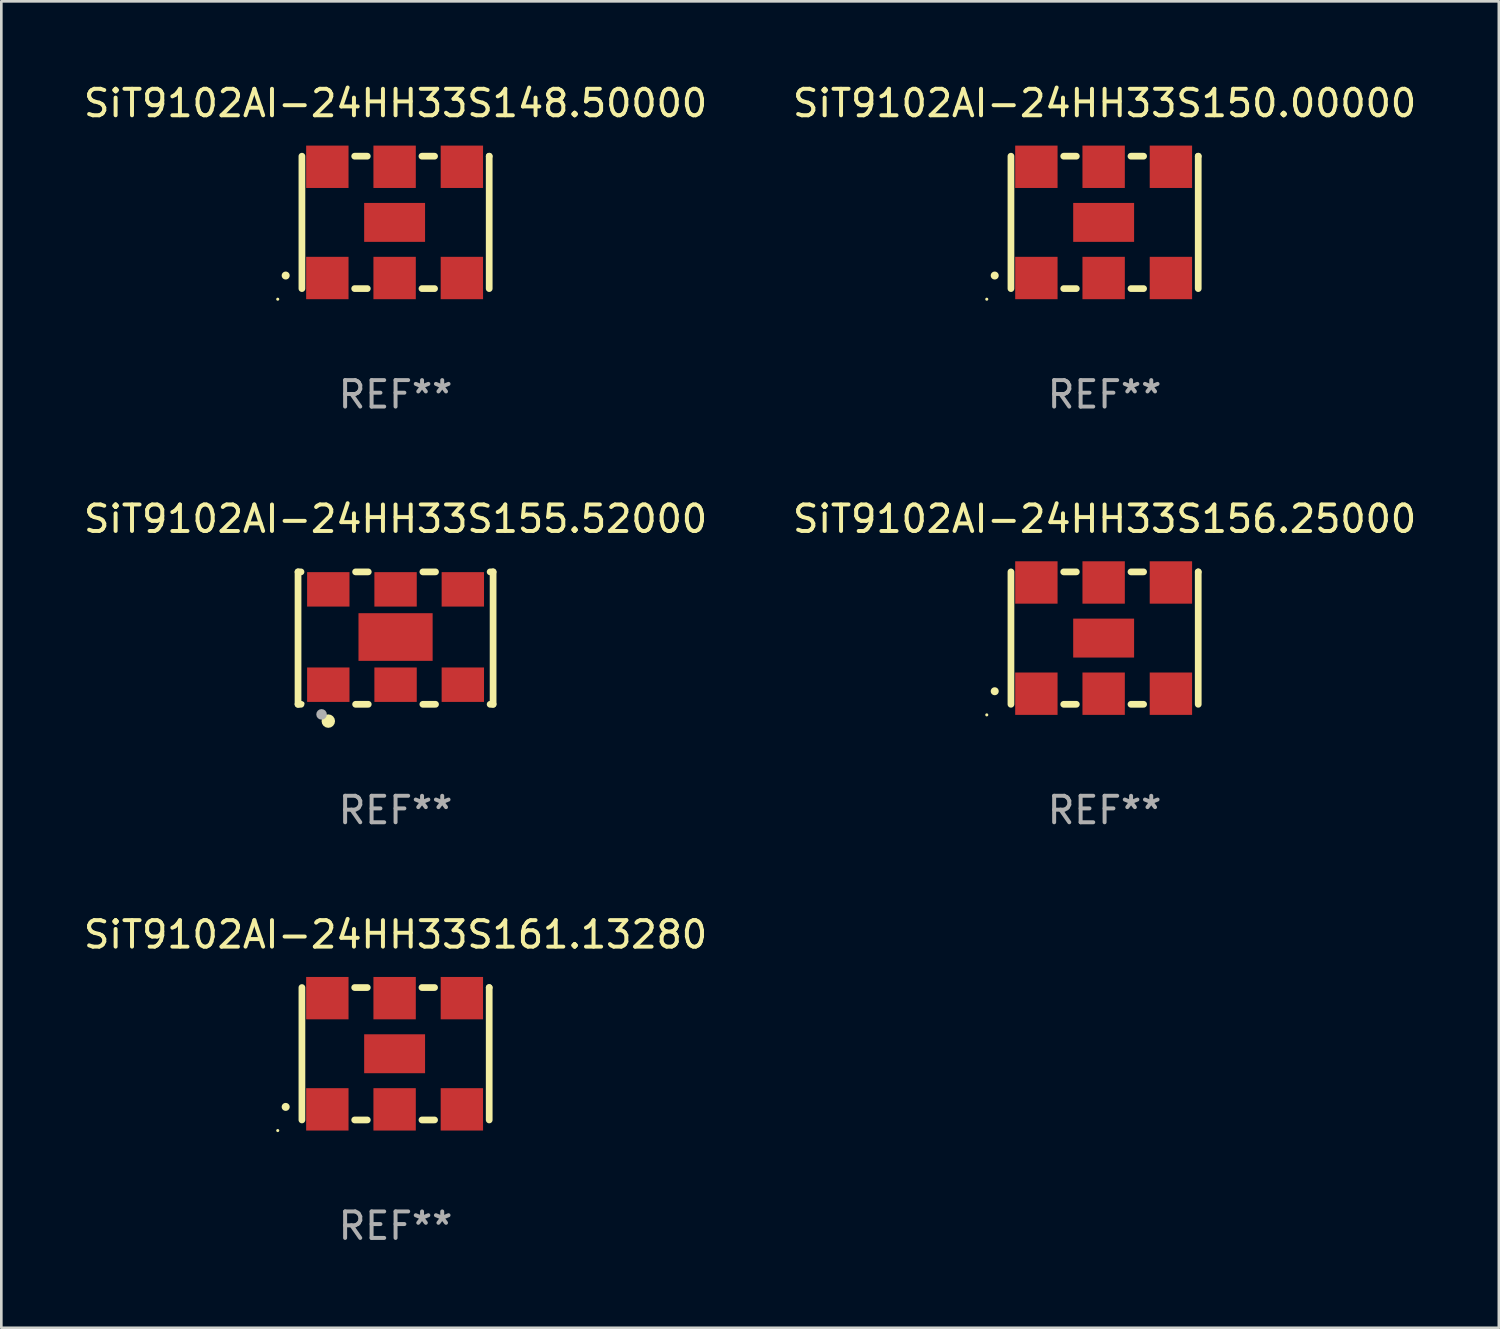
<source format=kicad_pcb>
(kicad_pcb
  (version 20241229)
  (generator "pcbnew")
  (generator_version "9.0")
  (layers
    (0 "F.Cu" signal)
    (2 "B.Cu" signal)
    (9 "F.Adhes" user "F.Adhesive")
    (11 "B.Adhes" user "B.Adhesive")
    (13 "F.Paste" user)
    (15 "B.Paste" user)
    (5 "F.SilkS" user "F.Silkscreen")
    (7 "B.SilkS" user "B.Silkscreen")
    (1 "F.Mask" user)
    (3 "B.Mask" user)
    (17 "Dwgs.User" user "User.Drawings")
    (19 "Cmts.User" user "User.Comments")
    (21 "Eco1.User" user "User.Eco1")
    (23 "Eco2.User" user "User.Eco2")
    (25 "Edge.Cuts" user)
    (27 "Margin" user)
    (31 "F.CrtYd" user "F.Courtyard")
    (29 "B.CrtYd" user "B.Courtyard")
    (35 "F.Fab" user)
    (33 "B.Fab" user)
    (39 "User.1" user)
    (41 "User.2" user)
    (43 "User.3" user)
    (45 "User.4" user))
  (footprint "SiT9102AI-24HH33S155.52000"
    (layer "F.Cu")
    (at 11.887 21.045)
    (property "Reference" "SiT9102AI-24HH33S155.52000" (at 0 -4.5 0) (layer "F.SilkS") (effects (font (size 1 1) (thickness 0.15))))
    (attr through_hole)
    (fp_line (start -3.683 -2.5) (end -3.571 -2.5) (stroke (width 0.254) (type solid)) (layer "F.SilkS"))
    (fp_line (start -3.683 2.5) (end -3.683 -2.5) (stroke (width 0.254) (type solid)) (layer "F.SilkS"))
    (fp_line (start -3.683 2.5) (end -3.571 2.5) (stroke (width 0.254) (type solid)) (layer "F.SilkS"))
    (fp_line (start -1.509 -2.5) (end -1.031 -2.5) (stroke (width 0.254) (type solid)) (layer "F.SilkS"))
    (fp_line (start -1.509 2.5) (end -1.031 2.5) (stroke (width 0.254) (type solid)) (layer "F.SilkS"))
    (fp_line (start 1.031 -2.5) (end 1.509 -2.5) (stroke (width 0.254) (type solid)) (layer "F.SilkS"))
    (fp_line (start 1.031 2.5) (end 1.509 2.5) (stroke (width 0.254) (type solid)) (layer "F.SilkS"))
    (fp_line (start 3.571 -2.5) (end 3.683 -2.5) (stroke (width 0.254) (type solid)) (layer "F.SilkS"))
    (fp_line (start 3.571 2.5) (end 3.683 2.5) (stroke (width 0.254) (type solid)) (layer "F.SilkS"))
    (fp_line (start 3.683 2.5) (end 3.683 -2.5) (stroke (width 0.254) (type solid)) (layer "F.SilkS"))
    (fp_circle (center -3.5 2.46) (end -3.47 2.46) (stroke (width 0.06) (type solid)) (fill no) (layer "F.SilkS"))
    (fp_circle (center -2.54 3.135) (end -2.413 3.135) (stroke (width 0.254) (type solid)) (fill no) (layer "F.SilkS"))
    (fp_circle (center -2.794 2.881) (end -2.694 2.881) (stroke (width 0.2) (type solid)) (fill no) (layer "F.Fab"))
    (fp_text user "REF**" (at 0 6.5 0) (layer "F.Fab") (effects (font (size 1 1) (thickness 0.15))))
    (pad "1" smd rect (at -2.54 1.76) (size 1.6 1.3) (layers "F.Cu" "F.Mask" "F.Paste"))
    (pad "2" smd rect (at 0 1.76) (size 1.6 1.3) (layers "F.Cu" "F.Mask" "F.Paste"))
    (pad "3" smd rect (at 2.54 1.76) (size 1.6 1.3) (layers "F.Cu" "F.Mask" "F.Paste"))
    (pad "4" smd rect (at 2.54 -1.84) (size 1.6 1.3) (layers "F.Cu" "F.Mask" "F.Paste"))
    (pad "5" smd rect (at 0 -1.84) (size 1.6 1.3) (layers "F.Cu" "F.Mask" "F.Paste"))
    (pad "6" smd rect (at -2.54 -1.84) (size 1.6 1.3) (layers "F.Cu" "F.Mask" "F.Paste"))
    (pad "7" smd rect (at 0 -0.04) (size 2.8 1.8) (layers "F.Cu" "F.Mask" "F.Paste")))
  (footprint "SiT9102AI-24HH33S148.50000"
    (layer "F.Cu")
    (at 11.887 5.348)
    (property "Reference" "SiT9102AI-24HH33S148.50000" (at 0 -4.5 0) (layer "F.SilkS") (effects (font (size 1 1) (thickness 0.15))))
    (attr through_hole)
    (fp_line (start -3.536 -2.5) (end -3.536 2.5) (stroke (width 0.254) (type solid)) (layer "F.SilkS"))
    (fp_line (start -1.544 2.5) (end -1.067 2.5) (stroke (width 0.254) (type solid)) (layer "F.SilkS"))
    (fp_line (start -1.067 -2.5) (end -1.544 -2.5) (stroke (width 0.254) (type solid)) (layer "F.SilkS"))
    (fp_line (start 0.996 2.5) (end 1.473 2.5) (stroke (width 0.254) (type solid)) (layer "F.SilkS"))
    (fp_line (start 1.473 -2.5) (end 0.996 -2.5) (stroke (width 0.254) (type solid)) (layer "F.SilkS"))
    (fp_line (start 3.536 -2.5) (end 3.536 -2.5) (stroke (width 0.254) (type solid)) (layer "F.SilkS"))
    (fp_line (start 3.536 2.5) (end 3.536 -2.5) (stroke (width 0.254) (type solid)) (layer "F.SilkS"))
    (fp_arc (start -4.150432 2.006604) (mid -4.149162 2.006599) (end -4.147892 2.006604) (stroke (width 0.3) (type solid)) (layer "F.SilkS"))
    (fp_circle (center -4.449 2.9) (end -4.419 2.9) (stroke (width 0.06) (type solid)) (fill no) (layer "F.SilkS"))
    (fp_text user "REF**" (at 0 6.5 0) (layer "F.Fab") (effects (font (size 1 1) (thickness 0.15))))
    (pad "1" smd rect (at -2.576 2.1) (size 1.6 1.6) (layers "F.Cu" "F.Mask" "F.Paste"))
    (pad "2" smd rect (at -0.036 2.1) (size 1.6 1.6) (layers "F.Cu" "F.Mask" "F.Paste"))
    (pad "3" smd rect (at 2.504 2.1) (size 1.6 1.6) (layers "F.Cu" "F.Mask" "F.Paste"))
    (pad "4" smd rect (at 2.504 -2.1) (size 1.6 1.6) (layers "F.Cu" "F.Mask" "F.Paste"))
    (pad "5" smd rect (at -0.036 -2.1) (size 1.6 1.6) (layers "F.Cu" "F.Mask" "F.Paste"))
    (pad "6" smd rect (at -2.576 -2.1) (size 1.6 1.6) (layers "F.Cu" "F.Mask" "F.Paste"))
    (pad "7" smd rect (at -0.036 0) (size 2.3 1.47) (layers "F.Cu" "F.Mask" "F.Paste")))
  (footprint "SiT9102AI-24HH33S161.13280"
    (layer "F.Cu")
    (at 11.887 36.741)
    (property "Reference" "SiT9102AI-24HH33S161.13280" (at 0 -4.5 0) (layer "F.SilkS") (effects (font (size 1 1) (thickness 0.15))))
    (attr through_hole)
    (fp_line (start -3.536 -2.5) (end -3.536 2.5) (stroke (width 0.254) (type solid)) (layer "F.SilkS"))
    (fp_line (start -1.544 2.5) (end -1.067 2.5) (stroke (width 0.254) (type solid)) (layer "F.SilkS"))
    (fp_line (start -1.067 -2.5) (end -1.544 -2.5) (stroke (width 0.254) (type solid)) (layer "F.SilkS"))
    (fp_line (start 0.996 2.5) (end 1.473 2.5) (stroke (width 0.254) (type solid)) (layer "F.SilkS"))
    (fp_line (start 1.473 -2.5) (end 0.996 -2.5) (stroke (width 0.254) (type solid)) (layer "F.SilkS"))
    (fp_line (start 3.536 -2.5) (end 3.536 -2.5) (stroke (width 0.254) (type solid)) (layer "F.SilkS"))
    (fp_line (start 3.536 2.5) (end 3.536 -2.5) (stroke (width 0.254) (type solid)) (layer "F.SilkS"))
    (fp_arc (start -4.150432 2.006604) (mid -4.149162 2.006599) (end -4.147892 2.006604) (stroke (width 0.3) (type solid)) (layer "F.SilkS"))
    (fp_circle (center -4.449 2.9) (end -4.419 2.9) (stroke (width 0.06) (type solid)) (fill no) (layer "F.SilkS"))
    (fp_text user "REF**" (at 0 6.5 0) (layer "F.Fab") (effects (font (size 1 1) (thickness 0.15))))
    (pad "1" smd rect (at -2.576 2.1) (size 1.6 1.6) (layers "F.Cu" "F.Mask" "F.Paste"))
    (pad "2" smd rect (at -0.036 2.1) (size 1.6 1.6) (layers "F.Cu" "F.Mask" "F.Paste"))
    (pad "3" smd rect (at 2.504 2.1) (size 1.6 1.6) (layers "F.Cu" "F.Mask" "F.Paste"))
    (pad "4" smd rect (at 2.504 -2.1) (size 1.6 1.6) (layers "F.Cu" "F.Mask" "F.Paste"))
    (pad "5" smd rect (at -0.036 -2.1) (size 1.6 1.6) (layers "F.Cu" "F.Mask" "F.Paste"))
    (pad "6" smd rect (at -2.576 -2.1) (size 1.6 1.6) (layers "F.Cu" "F.Mask" "F.Paste"))
    (pad "7" smd rect (at -0.036 0) (size 2.3 1.47) (layers "F.Cu" "F.Mask" "F.Paste")))
  (footprint "SiT9102AI-24HH33S156.25000"
    (layer "F.Cu")
    (at 38.661 21.045)
    (property "Reference" "SiT9102AI-24HH33S156.25000" (at 0 -4.5 0) (layer "F.SilkS") (effects (font (size 1 1) (thickness 0.15))))
    (attr through_hole)
    (fp_line (start -3.536 -2.5) (end -3.536 2.5) (stroke (width 0.254) (type solid)) (layer "F.SilkS"))
    (fp_line (start -1.544 2.5) (end -1.067 2.5) (stroke (width 0.254) (type solid)) (layer "F.SilkS"))
    (fp_line (start -1.067 -2.5) (end -1.544 -2.5) (stroke (width 0.254) (type solid)) (layer "F.SilkS"))
    (fp_line (start 0.996 2.5) (end 1.473 2.5) (stroke (width 0.254) (type solid)) (layer "F.SilkS"))
    (fp_line (start 1.473 -2.5) (end 0.996 -2.5) (stroke (width 0.254) (type solid)) (layer "F.SilkS"))
    (fp_line (start 3.536 -2.5) (end 3.536 -2.5) (stroke (width 0.254) (type solid)) (layer "F.SilkS"))
    (fp_line (start 3.536 2.5) (end 3.536 -2.5) (stroke (width 0.254) (type solid)) (layer "F.SilkS"))
    (fp_arc (start -4.150432 2.006604) (mid -4.149162 2.006599) (end -4.147892 2.006604) (stroke (width 0.3) (type solid)) (layer "F.SilkS"))
    (fp_circle (center -4.449 2.9) (end -4.419 2.9) (stroke (width 0.06) (type solid)) (fill no) (layer "F.SilkS"))
    (fp_text user "REF**" (at 0 6.5 0) (layer "F.Fab") (effects (font (size 1 1) (thickness 0.15))))
    (pad "1" smd rect (at -2.576 2.1) (size 1.6 1.6) (layers "F.Cu" "F.Mask" "F.Paste"))
    (pad "2" smd rect (at -0.036 2.1) (size 1.6 1.6) (layers "F.Cu" "F.Mask" "F.Paste"))
    (pad "3" smd rect (at 2.504 2.1) (size 1.6 1.6) (layers "F.Cu" "F.Mask" "F.Paste"))
    (pad "4" smd rect (at 2.504 -2.1) (size 1.6 1.6) (layers "F.Cu" "F.Mask" "F.Paste"))
    (pad "5" smd rect (at -0.036 -2.1) (size 1.6 1.6) (layers "F.Cu" "F.Mask" "F.Paste"))
    (pad "6" smd rect (at -2.576 -2.1) (size 1.6 1.6) (layers "F.Cu" "F.Mask" "F.Paste"))
    (pad "7" smd rect (at -0.036 0) (size 2.3 1.47) (layers "F.Cu" "F.Mask" "F.Paste")))
  (footprint "SiT9102AI-24HH33S150.00000"
    (layer "F.Cu")
    (at 38.661 5.348)
    (property "Reference" "SiT9102AI-24HH33S150.00000" (at 0 -4.5 0) (layer "F.SilkS") (effects (font (size 1 1) (thickness 0.15))))
    (attr through_hole)
    (fp_line (start -3.536 -2.5) (end -3.536 2.5) (stroke (width 0.254) (type solid)) (layer "F.SilkS"))
    (fp_line (start -1.544 2.5) (end -1.067 2.5) (stroke (width 0.254) (type solid)) (layer "F.SilkS"))
    (fp_line (start -1.067 -2.5) (end -1.544 -2.5) (stroke (width 0.254) (type solid)) (layer "F.SilkS"))
    (fp_line (start 0.996 2.5) (end 1.473 2.5) (stroke (width 0.254) (type solid)) (layer "F.SilkS"))
    (fp_line (start 1.473 -2.5) (end 0.996 -2.5) (stroke (width 0.254) (type solid)) (layer "F.SilkS"))
    (fp_line (start 3.536 -2.5) (end 3.536 -2.5) (stroke (width 0.254) (type solid)) (layer "F.SilkS"))
    (fp_line (start 3.536 2.5) (end 3.536 -2.5) (stroke (width 0.254) (type solid)) (layer "F.SilkS"))
    (fp_arc (start -4.150432 2.006604) (mid -4.149162 2.006599) (end -4.147892 2.006604) (stroke (width 0.3) (type solid)) (layer "F.SilkS"))
    (fp_circle (center -4.449 2.9) (end -4.419 2.9) (stroke (width 0.06) (type solid)) (fill no) (layer "F.SilkS"))
    (fp_text user "REF**" (at 0 6.5 0) (layer "F.Fab") (effects (font (size 1 1) (thickness 0.15))))
    (pad "1" smd rect (at -2.576 2.1) (size 1.6 1.6) (layers "F.Cu" "F.Mask" "F.Paste"))
    (pad "2" smd rect (at -0.036 2.1) (size 1.6 1.6) (layers "F.Cu" "F.Mask" "F.Paste"))
    (pad "3" smd rect (at 2.504 2.1) (size 1.6 1.6) (layers "F.Cu" "F.Mask" "F.Paste"))
    (pad "4" smd rect (at 2.504 -2.1) (size 1.6 1.6) (layers "F.Cu" "F.Mask" "F.Paste"))
    (pad "5" smd rect (at -0.036 -2.1) (size 1.6 1.6) (layers "F.Cu" "F.Mask" "F.Paste"))
    (pad "6" smd rect (at -2.576 -2.1) (size 1.6 1.6) (layers "F.Cu" "F.Mask" "F.Paste"))
    (pad "7" smd rect (at -0.036 0) (size 2.3 1.47) (layers "F.Cu" "F.Mask" "F.Paste")))
  (gr_rect
    (start -3 -3)
    (end 53.548 47.09)
    (stroke (width 0.1) (type default))
    (fill no)
    (layer "Edge.Cuts")))
</source>
